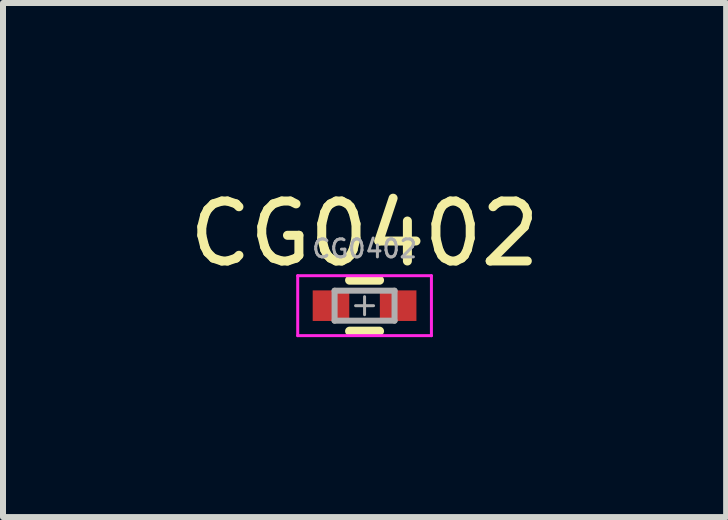
<source format=kicad_pcb>
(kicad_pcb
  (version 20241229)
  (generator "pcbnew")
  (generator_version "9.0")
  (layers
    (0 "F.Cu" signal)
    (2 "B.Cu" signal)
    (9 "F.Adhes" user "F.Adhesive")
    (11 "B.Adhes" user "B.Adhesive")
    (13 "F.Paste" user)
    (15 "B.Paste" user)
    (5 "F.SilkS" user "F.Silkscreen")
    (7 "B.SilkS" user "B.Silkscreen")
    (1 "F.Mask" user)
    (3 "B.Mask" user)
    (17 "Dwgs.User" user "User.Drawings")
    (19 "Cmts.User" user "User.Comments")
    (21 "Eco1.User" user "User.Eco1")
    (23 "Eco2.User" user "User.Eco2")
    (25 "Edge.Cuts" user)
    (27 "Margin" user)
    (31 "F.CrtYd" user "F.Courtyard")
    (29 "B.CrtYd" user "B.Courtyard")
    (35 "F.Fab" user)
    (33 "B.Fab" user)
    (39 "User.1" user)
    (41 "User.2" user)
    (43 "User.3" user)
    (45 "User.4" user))
  (footprint "CG0402"
    (layer "F.Cu")
    (at 3.03 2.048)
    (property "Reference" "CG0402" (at 0 -1.2 0) (layer "F.SilkS") (effects (font (size 1 1) (thickness 0.15))))
    (attr smd)
    (fp_line (start -0.25 0.425) (end 0.25 0.425) (stroke (width 0.15) (type solid)) (layer "F.SilkS"))
    (fp_line (start 0.25 -0.425) (end -0.25 -0.425) (stroke (width 0.15) (type solid)) (layer "F.SilkS"))
    (fp_line (start -1.115 -0.5) (end 1.115 -0.5) (stroke (width 0.05) (type solid)) (layer "F.CrtYd"))
    (fp_line (start -1.115 0.5) (end -1.115 -0.5) (stroke (width 0.05) (type solid)) (layer "F.CrtYd"))
    (fp_line (start 1.115 -0.5) (end 1.115 0.5) (stroke (width 0.05) (type solid)) (layer "F.CrtYd"))
    (fp_line (start 1.115 0.5) (end -1.115 0.5) (stroke (width 0.05) (type solid)) (layer "F.CrtYd"))
    (fp_line (start -0.5 -0.25) (end 0.5 -0.25) (stroke (width 0.1) (type solid)) (layer "F.Fab"))
    (fp_line (start -0.5 0.25) (end -0.5 -0.25) (stroke (width 0.1) (type solid)) (layer "F.Fab"))
    (fp_line (start -0.15 0) (end 0.15 0) (stroke (width 0.05) (type solid)) (layer "F.Fab"))
    (fp_line (start 0 -0.15) (end 0 0.15) (stroke (width 0.05) (type solid)) (layer "F.Fab"))
    (fp_line (start 0.5 -0.25) (end 0.5 0.25) (stroke (width 0.1) (type solid)) (layer "F.Fab"))
    (fp_line (start 0.5 0.25) (end -0.5 0.25) (stroke (width 0.1) (type solid)) (layer "F.Fab"))
    (fp_text user "${REFERENCE}" (at 0 -0.95 0) (layer "F.Fab") (effects (font (size 0.3 0.3) (thickness 0.05))))
    (pad "1" smd rect (at -0.56 0) (size 0.61 0.51) (layers "F.Cu" "F.Mask" "F.Paste"))
    (pad "2" smd rect (at 0.56 0) (size 0.61 0.51) (layers "F.Cu" "F.Mask" "F.Paste")))
  (gr_rect
    (start -3 -3)
    (end 9.06 5.573)
    (stroke (width 0.1) (type default))
    (fill no)
    (layer "Edge.Cuts")))
</source>
